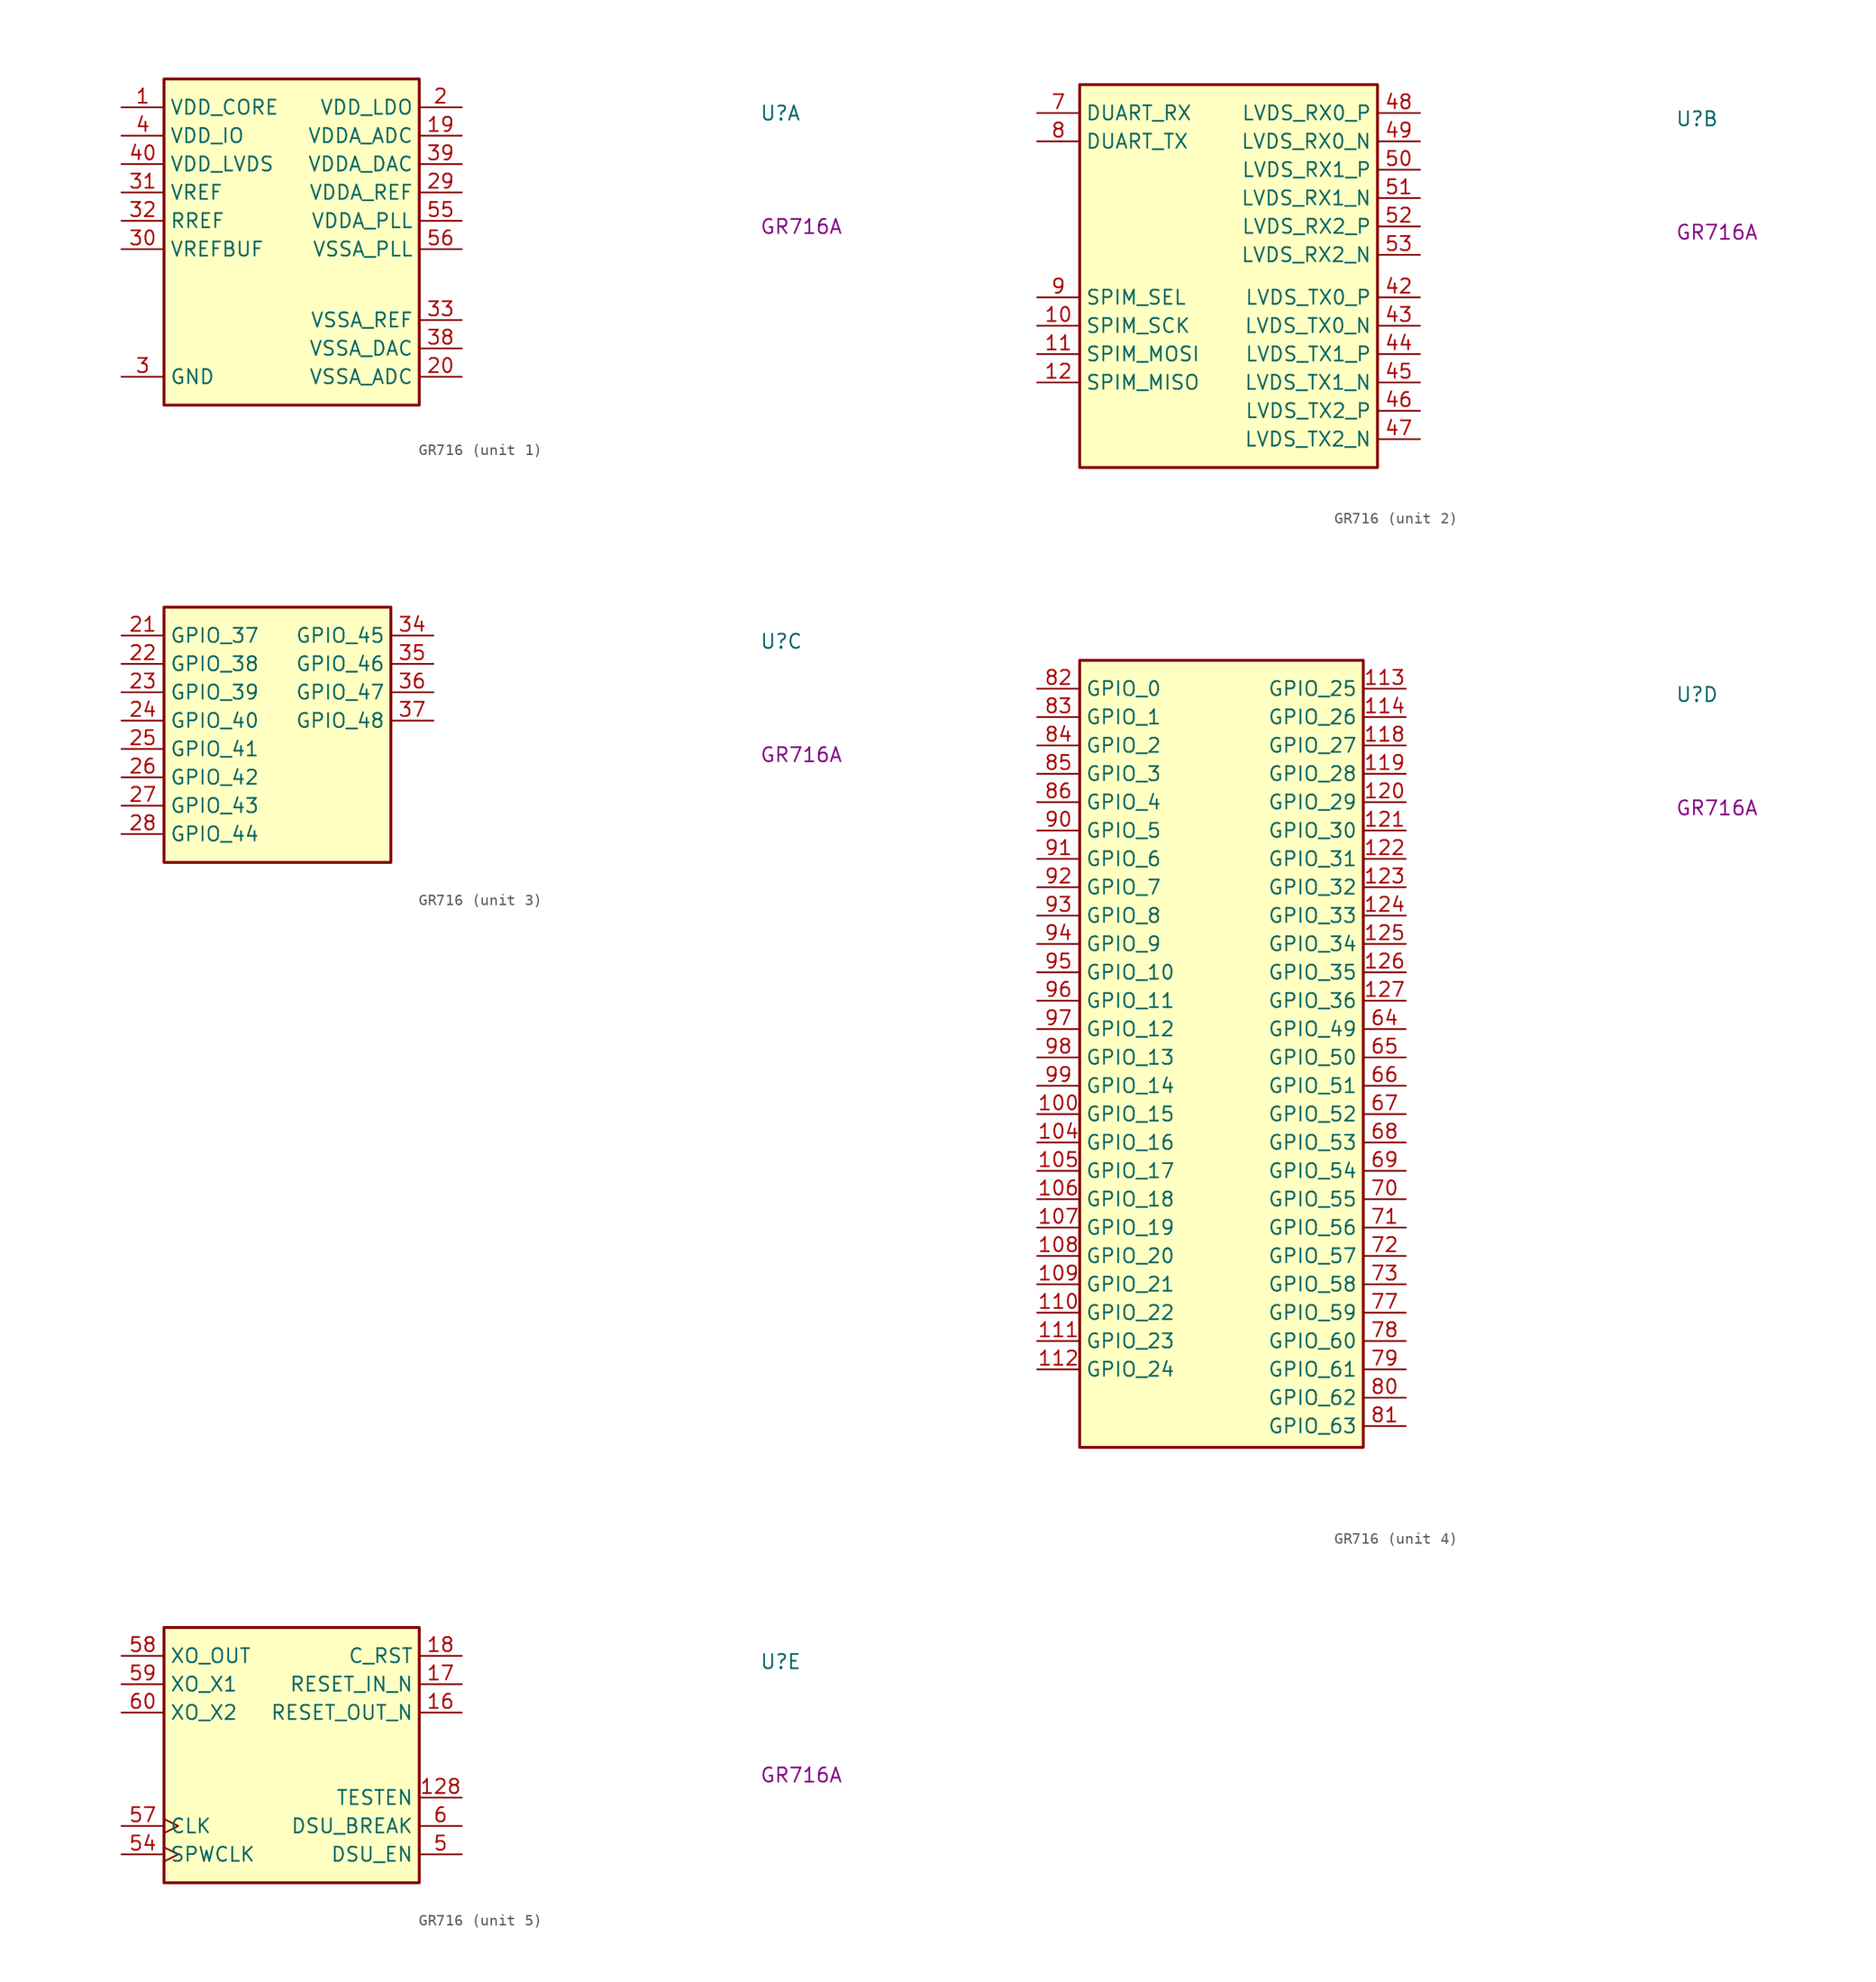
<source format=kicad_sym>
(kicad_symbol_lib
  (version 20220914)
  (generator kicad_symbol_editor)
  (symbol "GR716"
    (property "Reference" "U"
      (at 57.15 -1.27 0)
      (effects (font (size 1.27 1.27)) (justify left bottom)))
    (property "MPN" "GR716A"
      (at 57.15 -11.43 0)
      (effects (font (size 1.27 1.27)) (justify left bottom)))
    (property "ki_locked" ""
      (at 0 0 0)
      (effects (font (size 1.27 1.27))))
    (symbol "GR716_1_1"
      (rectangle (start 3.81 2.54) (end 26.67 -26.67) (stroke (width 0.254) (type default)) (fill (type background)))
      (pin power_in line (at 0 0 0) (length 3.81) (name "VDD_CORE" (effects (font (size 1.27 1.27)))) (number "1" (effects (font (size 1.27 1.27)))))
      (pin passive line (at 0 -2.54 0) (length 3.81) hide (name "VDD_IO" (effects (font (size 1.27 1.27)))) (number "101" (effects (font (size 1.27 1.27)))))
      (pin passive line (at 0 -24.13 0) (length 3.81) hide (name "GND" (effects (font (size 1.27 1.27)))) (number "102" (effects (font (size 1.27 1.27)))))
      (pin passive line (at 0 0 0) (length 3.81) hide (name "VDD_CORE" (effects (font (size 1.27 1.27)))) (number "103" (effects (font (size 1.27 1.27)))))
      (pin passive line (at 0 -2.54 0) (length 3.81) hide (name "VDD_IO" (effects (font (size 1.27 1.27)))) (number "115" (effects (font (size 1.27 1.27)))))
      (pin passive line (at 0 -24.13 0) (length 3.81) hide (name "GND" (effects (font (size 1.27 1.27)))) (number "116" (effects (font (size 1.27 1.27)))))
      (pin passive line (at 0 0 0) (length 3.81) hide (name "VDD_CORE" (effects (font (size 1.27 1.27)))) (number "117" (effects (font (size 1.27 1.27)))))
      (pin passive line (at 0 -2.54 0) (length 3.81) hide (name "VDD_IO" (effects (font (size 1.27 1.27)))) (number "129" (effects (font (size 1.27 1.27)))))
      (pin passive line (at 0 -2.54 0) (length 3.81) hide (name "VDD_IO" (effects (font (size 1.27 1.27)))) (number "13" (effects (font (size 1.27 1.27)))))
      (pin passive line (at 0 -24.13 0) (length 3.81) hide (name "GND" (effects (font (size 1.27 1.27)))) (number "130" (effects (font (size 1.27 1.27)))))
      (pin passive line (at 30.48 0 180) (length 3.81) hide (name "VDD_LDO" (effects (font (size 1.27 1.27)))) (number "131" (effects (font (size 1.27 1.27)))))
      (pin passive line (at 0 0 0) (length 3.81) hide (name "VDD_CORE" (effects (font (size 1.27 1.27)))) (number "132" (effects (font (size 1.27 1.27)))))
      (pin passive line (at 0 -24.13 0) (length 3.81) hide (name "GND" (effects (font (size 1.27 1.27)))) (number "14" (effects (font (size 1.27 1.27)))))
      (pin passive line (at 0 0 0) (length 3.81) hide (name "VDD_CORE" (effects (font (size 1.27 1.27)))) (number "15" (effects (font (size 1.27 1.27)))))
      (pin power_in line (at 30.48 -2.54 180) (length 3.81) (name "VDDA_ADC" (effects (font (size 1.27 1.27)))) (number "19" (effects (font (size 1.27 1.27)))))
      (pin power_in line (at 30.48 0 180) (length 3.81) (name "VDD_LDO" (effects (font (size 1.27 1.27)))) (number "2" (effects (font (size 1.27 1.27)))))
      (pin power_in line (at 30.48 -24.13 180) (length 3.81) (name "VSSA_ADC" (effects (font (size 1.27 1.27)))) (number "20" (effects (font (size 1.27 1.27)))))
      (pin power_in line (at 30.48 -7.62 180) (length 3.81) (name "VDDA_REF" (effects (font (size 1.27 1.27)))) (number "29" (effects (font (size 1.27 1.27)))))
      (pin power_in line (at 0 -24.13 0) (length 3.81) (name "GND" (effects (font (size 1.27 1.27)))) (number "3" (effects (font (size 1.27 1.27)))))
      (pin passive line (at 0 -12.7 0) (length 3.81) (name "VREFBUF" (effects (font (size 1.27 1.27)))) (number "30" (effects (font (size 1.27 1.27)))))
      (pin passive line (at 0 -7.62 0) (length 3.81) (name "VREF" (effects (font (size 1.27 1.27)))) (number "31" (effects (font (size 1.27 1.27)))))
      (pin passive line (at 0 -10.16 0) (length 3.81) (name "RREF" (effects (font (size 1.27 1.27)))) (number "32" (effects (font (size 1.27 1.27)))))
      (pin power_in line (at 30.48 -19.05 180) (length 3.81) (name "VSSA_REF" (effects (font (size 1.27 1.27)))) (number "33" (effects (font (size 1.27 1.27)))))
      (pin power_in line (at 30.48 -21.59 180) (length 3.81) (name "VSSA_DAC" (effects (font (size 1.27 1.27)))) (number "38" (effects (font (size 1.27 1.27)))))
      (pin power_in line (at 30.48 -5.08 180) (length 3.81) (name "VDDA_DAC" (effects (font (size 1.27 1.27)))) (number "39" (effects (font (size 1.27 1.27)))))
      (pin power_in line (at 0 -2.54 0) (length 3.81) (name "VDD_IO" (effects (font (size 1.27 1.27)))) (number "4" (effects (font (size 1.27 1.27)))))
      (pin power_in line (at 0 -5.08 0) (length 3.81) (name "VDD_LVDS" (effects (font (size 1.27 1.27)))) (number "40" (effects (font (size 1.27 1.27)))))
      (pin passive line (at 0 -24.13 0) (length 3.81) hide (name "GND" (effects (font (size 1.27 1.27)))) (number "41" (effects (font (size 1.27 1.27)))))
      (pin power_in line (at 30.48 -10.16 180) (length 3.81) (name "VDDA_PLL" (effects (font (size 1.27 1.27)))) (number "55" (effects (font (size 1.27 1.27)))))
      (pin power_in line (at 30.48 -12.7 180) (length 3.81) (name "VSSA_PLL" (effects (font (size 1.27 1.27)))) (number "56" (effects (font (size 1.27 1.27)))))
      (pin passive line (at 0 0 0) (length 3.81) hide (name "VDD_CORE" (effects (font (size 1.27 1.27)))) (number "61" (effects (font (size 1.27 1.27)))))
      (pin passive line (at 0 -24.13 0) (length 3.81) hide (name "GND" (effects (font (size 1.27 1.27)))) (number "62" (effects (font (size 1.27 1.27)))))
      (pin passive line (at 0 -2.54 0) (length 3.81) hide (name "VDD_IO" (effects (font (size 1.27 1.27)))) (number "63" (effects (font (size 1.27 1.27)))))
      (pin passive line (at 0 -2.54 0) (length 3.81) hide (name "VDD_IO" (effects (font (size 1.27 1.27)))) (number "74" (effects (font (size 1.27 1.27)))))
      (pin passive line (at 0 -24.13 0) (length 3.81) hide (name "GND" (effects (font (size 1.27 1.27)))) (number "75" (effects (font (size 1.27 1.27)))))
      (pin passive line (at 0 0 0) (length 3.81) hide (name "VDD_CORE" (effects (font (size 1.27 1.27)))) (number "76" (effects (font (size 1.27 1.27)))))
      (pin passive line (at 0 -2.54 0) (length 3.81) hide (name "VDD_IO" (effects (font (size 1.27 1.27)))) (number "87" (effects (font (size 1.27 1.27)))))
      (pin passive line (at 0 -24.13 0) (length 3.81) hide (name "GND" (effects (font (size 1.27 1.27)))) (number "88" (effects (font (size 1.27 1.27)))))
      (pin passive line (at 0 0 0) (length 3.81) hide (name "VDD_CORE" (effects (font (size 1.27 1.27)))) (number "89" (effects (font (size 1.27 1.27))))))
    (symbol "GR716_2_1"
      (rectangle (start 3.81 2.54) (end 30.48 -31.75) (stroke (width 0.254) (type default)) (fill (type background)))
      (pin bidirectional line (at 0 -19.05 0) (length 3.81) (name "SPIM_SCK" (effects (font (size 1.27 1.27)))) (number "10" (effects (font (size 1.27 1.27)))))
      (pin bidirectional line (at 0 -21.59 0) (length 3.81) (name "SPIM_MOSI" (effects (font (size 1.27 1.27)))) (number "11" (effects (font (size 1.27 1.27)))))
      (pin input line (at 0 -24.13 0) (length 3.81) (name "SPIM_MISO" (effects (font (size 1.27 1.27)))) (number "12" (effects (font (size 1.27 1.27)))))
      (pin output line (at 34.29 -16.51 180) (length 3.81) (name "LVDS_TX0_P" (effects (font (size 1.27 1.27)))) (number "42" (effects (font (size 1.27 1.27)))))
      (pin output line (at 34.29 -19.05 180) (length 3.81) (name "LVDS_TX0_N" (effects (font (size 1.27 1.27)))) (number "43" (effects (font (size 1.27 1.27)))))
      (pin output line (at 34.29 -21.59 180) (length 3.81) (name "LVDS_TX1_P" (effects (font (size 1.27 1.27)))) (number "44" (effects (font (size 1.27 1.27)))))
      (pin output line (at 34.29 -24.13 180) (length 3.81) (name "LVDS_TX1_N" (effects (font (size 1.27 1.27)))) (number "45" (effects (font (size 1.27 1.27)))))
      (pin output line (at 34.29 -26.67 180) (length 3.81) (name "LVDS_TX2_P" (effects (font (size 1.27 1.27)))) (number "46" (effects (font (size 1.27 1.27)))))
      (pin output line (at 34.29 -29.21 180) (length 3.81) (name "LVDS_TX2_N" (effects (font (size 1.27 1.27)))) (number "47" (effects (font (size 1.27 1.27)))))
      (pin input line (at 34.29 0 180) (length 3.81) (name "LVDS_RX0_P" (effects (font (size 1.27 1.27)))) (number "48" (effects (font (size 1.27 1.27)))))
      (pin input line (at 34.29 -2.54 180) (length 3.81) (name "LVDS_RX0_N" (effects (font (size 1.27 1.27)))) (number "49" (effects (font (size 1.27 1.27)))))
      (pin input line (at 34.29 -5.08 180) (length 3.81) (name "LVDS_RX1_P" (effects (font (size 1.27 1.27)))) (number "50" (effects (font (size 1.27 1.27)))))
      (pin input line (at 34.29 -7.62 180) (length 3.81) (name "LVDS_RX1_N" (effects (font (size 1.27 1.27)))) (number "51" (effects (font (size 1.27 1.27)))))
      (pin input line (at 34.29 -10.16 180) (length 3.81) (name "LVDS_RX2_P" (effects (font (size 1.27 1.27)))) (number "52" (effects (font (size 1.27 1.27)))))
      (pin input line (at 34.29 -12.7 180) (length 3.81) (name "LVDS_RX2_N" (effects (font (size 1.27 1.27)))) (number "53" (effects (font (size 1.27 1.27)))))
      (pin input line (at 0 0 0) (length 3.81) (name "DUART_RX" (effects (font (size 1.27 1.27)))) (number "7" (effects (font (size 1.27 1.27)))))
      (pin bidirectional line (at 0 -2.54 0) (length 3.81) (name "DUART_TX" (effects (font (size 1.27 1.27)))) (number "8" (effects (font (size 1.27 1.27)))))
      (pin bidirectional line (at 0 -16.51 0) (length 3.81) (name "SPIM_SEL" (effects (font (size 1.27 1.27)))) (number "9" (effects (font (size 1.27 1.27))))))
    (symbol "GR716_3_1"
      (rectangle (start 3.81 2.54) (end 24.13 -20.32) (stroke (width 0.254) (type default)) (fill (type background)))
      (pin bidirectional line (at 0 0 0) (length 3.81) (name "GPIO_37" (effects (font (size 1.27 1.27)))) (number "21" (effects (font (size 1.27 1.27)))))
      (pin bidirectional line (at 0 -2.54 0) (length 3.81) (name "GPIO_38" (effects (font (size 1.27 1.27)))) (number "22" (effects (font (size 1.27 1.27)))))
      (pin bidirectional line (at 0 -5.08 0) (length 3.81) (name "GPIO_39" (effects (font (size 1.27 1.27)))) (number "23" (effects (font (size 1.27 1.27)))))
      (pin bidirectional line (at 0 -7.62 0) (length 3.81) (name "GPIO_40" (effects (font (size 1.27 1.27)))) (number "24" (effects (font (size 1.27 1.27)))))
      (pin bidirectional line (at 0 -10.16 0) (length 3.81) (name "GPIO_41" (effects (font (size 1.27 1.27)))) (number "25" (effects (font (size 1.27 1.27)))))
      (pin bidirectional line (at 0 -12.7 0) (length 3.81) (name "GPIO_42" (effects (font (size 1.27 1.27)))) (number "26" (effects (font (size 1.27 1.27)))))
      (pin bidirectional line (at 0 -15.24 0) (length 3.81) (name "GPIO_43" (effects (font (size 1.27 1.27)))) (number "27" (effects (font (size 1.27 1.27)))))
      (pin bidirectional line (at 0 -17.78 0) (length 3.81) (name "GPIO_44" (effects (font (size 1.27 1.27)))) (number "28" (effects (font (size 1.27 1.27)))))
      (pin bidirectional line (at 27.94 0 180) (length 3.81) (name "GPIO_45" (effects (font (size 1.27 1.27)))) (number "34" (effects (font (size 1.27 1.27)))))
      (pin bidirectional line (at 27.94 -2.54 180) (length 3.81) (name "GPIO_46" (effects (font (size 1.27 1.27)))) (number "35" (effects (font (size 1.27 1.27)))))
      (pin bidirectional line (at 27.94 -5.08 180) (length 3.81) (name "GPIO_47" (effects (font (size 1.27 1.27)))) (number "36" (effects (font (size 1.27 1.27)))))
      (pin bidirectional line (at 27.94 -7.62 180) (length 3.81) (name "GPIO_48" (effects (font (size 1.27 1.27)))) (number "37" (effects (font (size 1.27 1.27))))))
    (symbol "GR716_4_1"
      (rectangle (start 3.81 2.54) (end 29.21 -67.945) (stroke (width 0.254) (type default)) (fill (type background)))
      (pin bidirectional line (at 0 -38.1 0) (length 3.81) (name "GPIO_15" (effects (font (size 1.27 1.27)))) (number "100" (effects (font (size 1.27 1.27)))))
      (pin bidirectional line (at 0 -40.64 0) (length 3.81) (name "GPIO_16" (effects (font (size 1.27 1.27)))) (number "104" (effects (font (size 1.27 1.27)))))
      (pin bidirectional line (at 0 -43.18 0) (length 3.81) (name "GPIO_17" (effects (font (size 1.27 1.27)))) (number "105" (effects (font (size 1.27 1.27)))))
      (pin bidirectional line (at 0 -45.72 0) (length 3.81) (name "GPIO_18" (effects (font (size 1.27 1.27)))) (number "106" (effects (font (size 1.27 1.27)))))
      (pin bidirectional line (at 0 -48.26 0) (length 3.81) (name "GPIO_19" (effects (font (size 1.27 1.27)))) (number "107" (effects (font (size 1.27 1.27)))))
      (pin bidirectional line (at 0 -50.8 0) (length 3.81) (name "GPIO_20" (effects (font (size 1.27 1.27)))) (number "108" (effects (font (size 1.27 1.27)))))
      (pin bidirectional line (at 0 -53.34 0) (length 3.81) (name "GPIO_21" (effects (font (size 1.27 1.27)))) (number "109" (effects (font (size 1.27 1.27)))))
      (pin bidirectional line (at 0 -55.88 0) (length 3.81) (name "GPIO_22" (effects (font (size 1.27 1.27)))) (number "110" (effects (font (size 1.27 1.27)))))
      (pin bidirectional line (at 0 -58.42 0) (length 3.81) (name "GPIO_23" (effects (font (size 1.27 1.27)))) (number "111" (effects (font (size 1.27 1.27)))))
      (pin bidirectional line (at 0 -60.96 0) (length 3.81) (name "GPIO_24" (effects (font (size 1.27 1.27)))) (number "112" (effects (font (size 1.27 1.27)))))
      (pin bidirectional line (at 33.02 0 180) (length 3.81) (name "GPIO_25" (effects (font (size 1.27 1.27)))) (number "113" (effects (font (size 1.27 1.27)))))
      (pin bidirectional line (at 33.02 -2.54 180) (length 3.81) (name "GPIO_26" (effects (font (size 1.27 1.27)))) (number "114" (effects (font (size 1.27 1.27)))))
      (pin bidirectional line (at 33.02 -5.08 180) (length 3.81) (name "GPIO_27" (effects (font (size 1.27 1.27)))) (number "118" (effects (font (size 1.27 1.27)))))
      (pin bidirectional line (at 33.02 -7.62 180) (length 3.81) (name "GPIO_28" (effects (font (size 1.27 1.27)))) (number "119" (effects (font (size 1.27 1.27)))))
      (pin bidirectional line (at 33.02 -10.16 180) (length 3.81) (name "GPIO_29" (effects (font (size 1.27 1.27)))) (number "120" (effects (font (size 1.27 1.27)))))
      (pin bidirectional line (at 33.02 -12.7 180) (length 3.81) (name "GPIO_30" (effects (font (size 1.27 1.27)))) (number "121" (effects (font (size 1.27 1.27)))))
      (pin bidirectional line (at 33.02 -15.24 180) (length 3.81) (name "GPIO_31" (effects (font (size 1.27 1.27)))) (number "122" (effects (font (size 1.27 1.27)))))
      (pin bidirectional line (at 33.02 -17.78 180) (length 3.81) (name "GPIO_32" (effects (font (size 1.27 1.27)))) (number "123" (effects (font (size 1.27 1.27)))))
      (pin bidirectional line (at 33.02 -20.32 180) (length 3.81) (name "GPIO_33" (effects (font (size 1.27 1.27)))) (number "124" (effects (font (size 1.27 1.27)))))
      (pin bidirectional line (at 33.02 -22.86 180) (length 3.81) (name "GPIO_34" (effects (font (size 1.27 1.27)))) (number "125" (effects (font (size 1.27 1.27)))))
      (pin bidirectional line (at 33.02 -25.4 180) (length 3.81) (name "GPIO_35" (effects (font (size 1.27 1.27)))) (number "126" (effects (font (size 1.27 1.27)))))
      (pin bidirectional line (at 33.02 -27.94 180) (length 3.81) (name "GPIO_36" (effects (font (size 1.27 1.27)))) (number "127" (effects (font (size 1.27 1.27)))))
      (pin bidirectional line (at 33.02 -30.48 180) (length 3.81) (name "GPIO_49" (effects (font (size 1.27 1.27)))) (number "64" (effects (font (size 1.27 1.27)))))
      (pin bidirectional line (at 33.02 -33.02 180) (length 3.81) (name "GPIO_50" (effects (font (size 1.27 1.27)))) (number "65" (effects (font (size 1.27 1.27)))))
      (pin bidirectional line (at 33.02 -35.56 180) (length 3.81) (name "GPIO_51" (effects (font (size 1.27 1.27)))) (number "66" (effects (font (size 1.27 1.27)))))
      (pin bidirectional line (at 33.02 -38.1 180) (length 3.81) (name "GPIO_52" (effects (font (size 1.27 1.27)))) (number "67" (effects (font (size 1.27 1.27)))))
      (pin bidirectional line (at 33.02 -40.64 180) (length 3.81) (name "GPIO_53" (effects (font (size 1.27 1.27)))) (number "68" (effects (font (size 1.27 1.27)))))
      (pin bidirectional line (at 33.02 -43.18 180) (length 3.81) (name "GPIO_54" (effects (font (size 1.27 1.27)))) (number "69" (effects (font (size 1.27 1.27)))))
      (pin bidirectional line (at 33.02 -45.72 180) (length 3.81) (name "GPIO_55" (effects (font (size 1.27 1.27)))) (number "70" (effects (font (size 1.27 1.27)))))
      (pin bidirectional line (at 33.02 -48.26 180) (length 3.81) (name "GPIO_56" (effects (font (size 1.27 1.27)))) (number "71" (effects (font (size 1.27 1.27)))))
      (pin bidirectional line (at 33.02 -50.8 180) (length 3.81) (name "GPIO_57" (effects (font (size 1.27 1.27)))) (number "72" (effects (font (size 1.27 1.27)))))
      (pin bidirectional line (at 33.02 -53.34 180) (length 3.81) (name "GPIO_58" (effects (font (size 1.27 1.27)))) (number "73" (effects (font (size 1.27 1.27)))))
      (pin bidirectional line (at 33.02 -55.88 180) (length 3.81) (name "GPIO_59" (effects (font (size 1.27 1.27)))) (number "77" (effects (font (size 1.27 1.27)))))
      (pin bidirectional line (at 33.02 -58.42 180) (length 3.81) (name "GPIO_60" (effects (font (size 1.27 1.27)))) (number "78" (effects (font (size 1.27 1.27)))))
      (pin bidirectional line (at 33.02 -60.96 180) (length 3.81) (name "GPIO_61" (effects (font (size 1.27 1.27)))) (number "79" (effects (font (size 1.27 1.27)))))
      (pin bidirectional line (at 33.02 -63.5 180) (length 3.81) (name "GPIO_62" (effects (font (size 1.27 1.27)))) (number "80" (effects (font (size 1.27 1.27)))))
      (pin bidirectional line (at 33.02 -66.04 180) (length 3.81) (name "GPIO_63" (effects (font (size 1.27 1.27)))) (number "81" (effects (font (size 1.27 1.27)))))
      (pin bidirectional line (at 0 0 0) (length 3.81) (name "GPIO_0" (effects (font (size 1.27 1.27)))) (number "82" (effects (font (size 1.27 1.27)))))
      (pin bidirectional line (at 0 -2.54 0) (length 3.81) (name "GPIO_1" (effects (font (size 1.27 1.27)))) (number "83" (effects (font (size 1.27 1.27)))))
      (pin bidirectional line (at 0 -5.08 0) (length 3.81) (name "GPIO_2" (effects (font (size 1.27 1.27)))) (number "84" (effects (font (size 1.27 1.27)))))
      (pin bidirectional line (at 0 -7.62 0) (length 3.81) (name "GPIO_3" (effects (font (size 1.27 1.27)))) (number "85" (effects (font (size 1.27 1.27)))))
      (pin bidirectional line (at 0 -10.16 0) (length 3.81) (name "GPIO_4" (effects (font (size 1.27 1.27)))) (number "86" (effects (font (size 1.27 1.27)))))
      (pin bidirectional line (at 0 -12.7 0) (length 3.81) (name "GPIO_5" (effects (font (size 1.27 1.27)))) (number "90" (effects (font (size 1.27 1.27)))))
      (pin bidirectional line (at 0 -15.24 0) (length 3.81) (name "GPIO_6" (effects (font (size 1.27 1.27)))) (number "91" (effects (font (size 1.27 1.27)))))
      (pin bidirectional line (at 0 -17.78 0) (length 3.81) (name "GPIO_7" (effects (font (size 1.27 1.27)))) (number "92" (effects (font (size 1.27 1.27)))))
      (pin bidirectional line (at 0 -20.32 0) (length 3.81) (name "GPIO_8" (effects (font (size 1.27 1.27)))) (number "93" (effects (font (size 1.27 1.27)))))
      (pin bidirectional line (at 0 -22.86 0) (length 3.81) (name "GPIO_9" (effects (font (size 1.27 1.27)))) (number "94" (effects (font (size 1.27 1.27)))))
      (pin bidirectional line (at 0 -25.4 0) (length 3.81) (name "GPIO_10" (effects (font (size 1.27 1.27)))) (number "95" (effects (font (size 1.27 1.27)))))
      (pin bidirectional line (at 0 -27.94 0) (length 3.81) (name "GPIO_11" (effects (font (size 1.27 1.27)))) (number "96" (effects (font (size 1.27 1.27)))))
      (pin bidirectional line (at 0 -30.48 0) (length 3.81) (name "GPIO_12" (effects (font (size 1.27 1.27)))) (number "97" (effects (font (size 1.27 1.27)))))
      (pin bidirectional line (at 0 -33.02 0) (length 3.81) (name "GPIO_13" (effects (font (size 1.27 1.27)))) (number "98" (effects (font (size 1.27 1.27)))))
      (pin bidirectional line (at 0 -35.56 0) (length 3.81) (name "GPIO_14" (effects (font (size 1.27 1.27)))) (number "99" (effects (font (size 1.27 1.27))))))
    (symbol "GR716_5_1"
      (rectangle (start 3.81 2.54) (end 26.67 -20.32) (stroke (width 0.254) (type default)) (fill (type background)))
      (pin input line (at 30.48 -12.7 180) (length 3.81) (name "TESTEN" (effects (font (size 1.27 1.27)))) (number "128" (effects (font (size 1.27 1.27)))))
      (pin output line (at 30.48 -5.08 180) (length 3.81) (name "RESET_OUT_N" (effects (font (size 1.27 1.27)))) (number "16" (effects (font (size 1.27 1.27)))))
      (pin input line (at 30.48 -2.54 180) (length 3.81) (name "RESET_IN_N" (effects (font (size 1.27 1.27)))) (number "17" (effects (font (size 1.27 1.27)))))
      (pin passive line (at 30.48 0 180) (length 3.81) (name "C_RST" (effects (font (size 1.27 1.27)))) (number "18" (effects (font (size 1.27 1.27)))))
      (pin input line (at 30.48 -17.78 180) (length 3.81) (name "DSU_EN" (effects (font (size 1.27 1.27)))) (number "5" (effects (font (size 1.27 1.27)))))
      (pin input clock (at 0 -17.78 0) (length 3.81) (name "SPWCLK" (effects (font (size 1.27 1.27)))) (number "54" (effects (font (size 1.27 1.27)))))
      (pin input clock (at 0 -15.24 0) (length 3.81) (name "CLK" (effects (font (size 1.27 1.27)))) (number "57" (effects (font (size 1.27 1.27)))))
      (pin output line (at 0 0 0) (length 3.81) (name "XO_OUT" (effects (font (size 1.27 1.27)))) (number "58" (effects (font (size 1.27 1.27)))))
      (pin passive line (at 0 -2.54 0) (length 3.81) (name "XO_X1" (effects (font (size 1.27 1.27)))) (number "59" (effects (font (size 1.27 1.27)))))
      (pin input line (at 30.48 -15.24 180) (length 3.81) (name "DSU_BREAK" (effects (font (size 1.27 1.27)))) (number "6" (effects (font (size 1.27 1.27)))))
      (pin passive line (at 0 -5.08 0) (length 3.81) (name "XO_X2" (effects (font (size 1.27 1.27)))) (number "60" (effects (font (size 1.27 1.27))))))))
</source>
